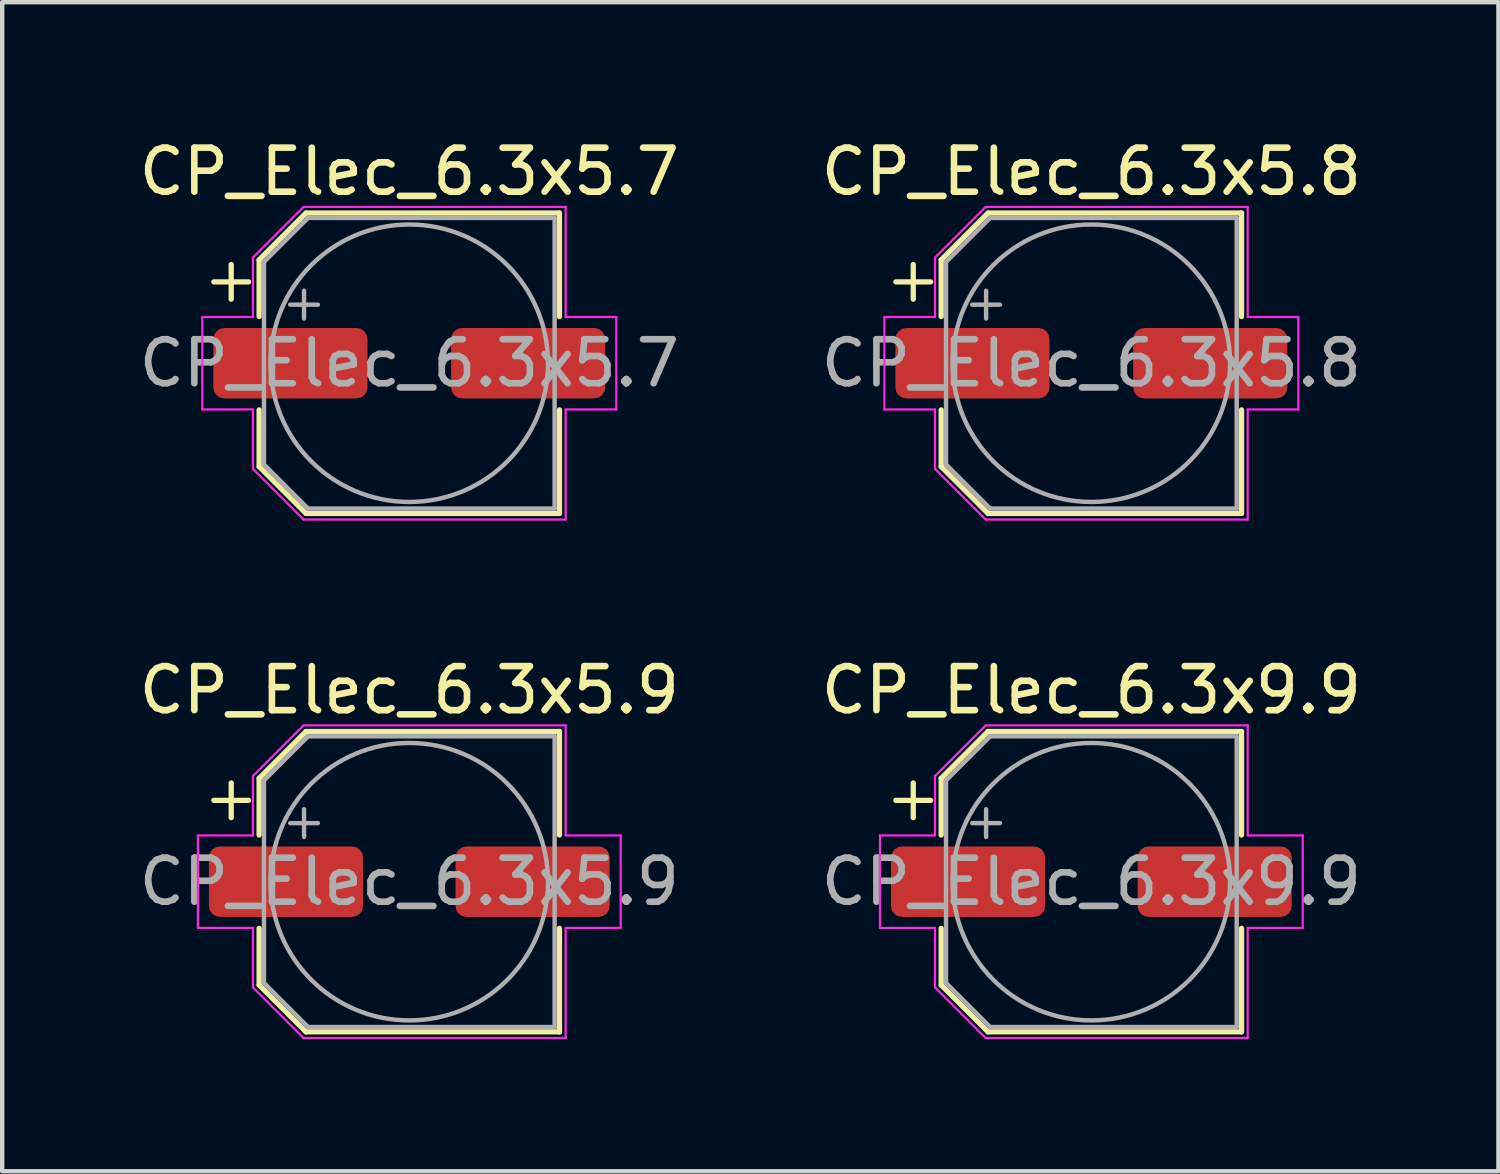
<source format=kicad_pcb>
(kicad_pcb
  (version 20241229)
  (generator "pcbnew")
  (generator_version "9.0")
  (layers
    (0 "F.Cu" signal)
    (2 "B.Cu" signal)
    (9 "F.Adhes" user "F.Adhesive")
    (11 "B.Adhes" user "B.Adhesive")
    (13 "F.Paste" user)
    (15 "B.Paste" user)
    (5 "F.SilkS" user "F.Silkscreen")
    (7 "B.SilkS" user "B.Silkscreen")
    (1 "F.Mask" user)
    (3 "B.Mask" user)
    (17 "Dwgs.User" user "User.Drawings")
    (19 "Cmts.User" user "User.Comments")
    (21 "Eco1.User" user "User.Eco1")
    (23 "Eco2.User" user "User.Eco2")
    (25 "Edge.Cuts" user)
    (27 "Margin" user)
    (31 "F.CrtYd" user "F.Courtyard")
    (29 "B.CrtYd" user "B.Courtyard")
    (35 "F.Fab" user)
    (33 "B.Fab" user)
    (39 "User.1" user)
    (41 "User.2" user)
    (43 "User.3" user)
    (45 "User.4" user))
  (footprint "CP_Elec_6.3x5.8"
    (layer "F.Cu")
    (at 21.732 5.198)
    (property "Reference" "CP_Elec_6.3x5.8" (at 0 -4.35 0) (layer "F.SilkS") (effects (font (size 1 1) (thickness 0.15))))
    (attr smd)
    (fp_line (start -4.438 -1.847) (end -3.65 -1.847) (stroke (width 0.12) (type solid)) (layer "F.SilkS"))
    (fp_line (start -4.044 -2.241) (end -4.044 -1.454) (stroke (width 0.12) (type solid)) (layer "F.SilkS"))
    (fp_line (start -3.41 -2.346) (end -3.41 -1.06) (stroke (width 0.12) (type solid)) (layer "F.SilkS"))
    (fp_line (start -3.41 -2.346) (end -2.346 -3.41) (stroke (width 0.12) (type solid)) (layer "F.SilkS"))
    (fp_line (start -3.41 2.346) (end -3.41 1.06) (stroke (width 0.12) (type solid)) (layer "F.SilkS"))
    (fp_line (start -3.41 2.346) (end -2.346 3.41) (stroke (width 0.12) (type solid)) (layer "F.SilkS"))
    (fp_line (start -2.346 -3.41) (end 3.41 -3.41) (stroke (width 0.12) (type solid)) (layer "F.SilkS"))
    (fp_line (start -2.346 3.41) (end 3.41 3.41) (stroke (width 0.12) (type solid)) (layer "F.SilkS"))
    (fp_line (start 3.41 -3.41) (end 3.41 -1.06) (stroke (width 0.12) (type solid)) (layer "F.SilkS"))
    (fp_line (start 3.41 3.41) (end 3.41 1.06) (stroke (width 0.12) (type solid)) (layer "F.SilkS"))
    (fp_line (start -4.7 -1.05) (end -4.7 1.05) (stroke (width 0.05) (type solid)) (layer "F.CrtYd"))
    (fp_line (start -4.7 1.05) (end -3.55 1.05) (stroke (width 0.05) (type solid)) (layer "F.CrtYd"))
    (fp_line (start -3.55 -2.4) (end -3.55 -1.05) (stroke (width 0.05) (type solid)) (layer "F.CrtYd"))
    (fp_line (start -3.55 -2.4) (end -2.4 -3.55) (stroke (width 0.05) (type solid)) (layer "F.CrtYd"))
    (fp_line (start -3.55 -1.05) (end -4.7 -1.05) (stroke (width 0.05) (type solid)) (layer "F.CrtYd"))
    (fp_line (start -3.55 1.05) (end -3.55 2.4) (stroke (width 0.05) (type solid)) (layer "F.CrtYd"))
    (fp_line (start -3.55 2.4) (end -2.4 3.55) (stroke (width 0.05) (type solid)) (layer "F.CrtYd"))
    (fp_line (start -2.4 -3.55) (end 3.55 -3.55) (stroke (width 0.05) (type solid)) (layer "F.CrtYd"))
    (fp_line (start -2.4 3.55) (end 3.55 3.55) (stroke (width 0.05) (type solid)) (layer "F.CrtYd"))
    (fp_line (start 3.55 -3.55) (end 3.55 -1.05) (stroke (width 0.05) (type solid)) (layer "F.CrtYd"))
    (fp_line (start 3.55 -1.05) (end 4.7 -1.05) (stroke (width 0.05) (type solid)) (layer "F.CrtYd"))
    (fp_line (start 3.55 1.05) (end 3.55 3.55) (stroke (width 0.05) (type solid)) (layer "F.CrtYd"))
    (fp_line (start 4.7 -1.05) (end 4.7 1.05) (stroke (width 0.05) (type solid)) (layer "F.CrtYd"))
    (fp_line (start 4.7 1.05) (end 3.55 1.05) (stroke (width 0.05) (type solid)) (layer "F.CrtYd"))
    (fp_line (start -3.3 -2.3) (end -3.3 2.3) (stroke (width 0.1) (type solid)) (layer "F.Fab"))
    (fp_line (start -3.3 -2.3) (end -2.3 -3.3) (stroke (width 0.1) (type solid)) (layer "F.Fab"))
    (fp_line (start -3.3 2.3) (end -2.3 3.3) (stroke (width 0.1) (type solid)) (layer "F.Fab"))
    (fp_line (start -2.705 -1.33) (end -2.075 -1.33) (stroke (width 0.1) (type solid)) (layer "F.Fab"))
    (fp_line (start -2.39 -1.645) (end -2.39 -1.015) (stroke (width 0.1) (type solid)) (layer "F.Fab"))
    (fp_line (start -2.3 -3.3) (end 3.3 -3.3) (stroke (width 0.1) (type solid)) (layer "F.Fab"))
    (fp_line (start -2.3 3.3) (end 3.3 3.3) (stroke (width 0.1) (type solid)) (layer "F.Fab"))
    (fp_line (start 3.3 -3.3) (end 3.3 3.3) (stroke (width 0.1) (type solid)) (layer "F.Fab"))
    (fp_circle (center 0 0) (end 3.15 0) (stroke (width 0.1) (type solid)) (fill no) (layer "F.Fab"))
    (fp_text user "${REFERENCE}" (at 0 0 0) (layer "F.Fab") (effects (font (size 1 1) (thickness 0.15))))
    (pad "1" smd roundrect (at -2.7 0) (size 3.5 1.6) (layers "F.Cu" "F.Mask" "F.Paste") (roundrect_rratio 0.156))
    (pad "2" smd roundrect (at 2.7 0) (size 3.5 1.6) (layers "F.Cu" "F.Mask" "F.Paste") (roundrect_rratio 0.156)))
  (footprint "CP_Elec_6.3x9.9"
    (layer "F.Cu")
    (at 21.732 16.971)
    (property "Reference" "CP_Elec_6.3x9.9" (at 0 -4.35 0) (layer "F.SilkS") (effects (font (size 1 1) (thickness 0.15))))
    (attr smd)
    (fp_line (start -4.438 -1.847) (end -3.65 -1.847) (stroke (width 0.12) (type solid)) (layer "F.SilkS"))
    (fp_line (start -4.044 -2.241) (end -4.044 -1.454) (stroke (width 0.12) (type solid)) (layer "F.SilkS"))
    (fp_line (start -3.41 -2.346) (end -3.41 -1.06) (stroke (width 0.12) (type solid)) (layer "F.SilkS"))
    (fp_line (start -3.41 -2.346) (end -2.346 -3.41) (stroke (width 0.12) (type solid)) (layer "F.SilkS"))
    (fp_line (start -3.41 2.346) (end -3.41 1.06) (stroke (width 0.12) (type solid)) (layer "F.SilkS"))
    (fp_line (start -3.41 2.346) (end -2.346 3.41) (stroke (width 0.12) (type solid)) (layer "F.SilkS"))
    (fp_line (start -2.346 -3.41) (end 3.41 -3.41) (stroke (width 0.12) (type solid)) (layer "F.SilkS"))
    (fp_line (start -2.346 3.41) (end 3.41 3.41) (stroke (width 0.12) (type solid)) (layer "F.SilkS"))
    (fp_line (start 3.41 -3.41) (end 3.41 -1.06) (stroke (width 0.12) (type solid)) (layer "F.SilkS"))
    (fp_line (start 3.41 3.41) (end 3.41 1.06) (stroke (width 0.12) (type solid)) (layer "F.SilkS"))
    (fp_line (start -4.8 -1.05) (end -4.8 1.05) (stroke (width 0.05) (type solid)) (layer "F.CrtYd"))
    (fp_line (start -4.8 1.05) (end -3.55 1.05) (stroke (width 0.05) (type solid)) (layer "F.CrtYd"))
    (fp_line (start -3.55 -2.4) (end -3.55 -1.05) (stroke (width 0.05) (type solid)) (layer "F.CrtYd"))
    (fp_line (start -3.55 -2.4) (end -2.4 -3.55) (stroke (width 0.05) (type solid)) (layer "F.CrtYd"))
    (fp_line (start -3.55 -1.05) (end -4.8 -1.05) (stroke (width 0.05) (type solid)) (layer "F.CrtYd"))
    (fp_line (start -3.55 1.05) (end -3.55 2.4) (stroke (width 0.05) (type solid)) (layer "F.CrtYd"))
    (fp_line (start -3.55 2.4) (end -2.4 3.55) (stroke (width 0.05) (type solid)) (layer "F.CrtYd"))
    (fp_line (start -2.4 -3.55) (end 3.55 -3.55) (stroke (width 0.05) (type solid)) (layer "F.CrtYd"))
    (fp_line (start -2.4 3.55) (end 3.55 3.55) (stroke (width 0.05) (type solid)) (layer "F.CrtYd"))
    (fp_line (start 3.55 -3.55) (end 3.55 -1.05) (stroke (width 0.05) (type solid)) (layer "F.CrtYd"))
    (fp_line (start 3.55 -1.05) (end 4.8 -1.05) (stroke (width 0.05) (type solid)) (layer "F.CrtYd"))
    (fp_line (start 3.55 1.05) (end 3.55 3.55) (stroke (width 0.05) (type solid)) (layer "F.CrtYd"))
    (fp_line (start 4.8 -1.05) (end 4.8 1.05) (stroke (width 0.05) (type solid)) (layer "F.CrtYd"))
    (fp_line (start 4.8 1.05) (end 3.55 1.05) (stroke (width 0.05) (type solid)) (layer "F.CrtYd"))
    (fp_line (start -3.3 -2.3) (end -3.3 2.3) (stroke (width 0.1) (type solid)) (layer "F.Fab"))
    (fp_line (start -3.3 -2.3) (end -2.3 -3.3) (stroke (width 0.1) (type solid)) (layer "F.Fab"))
    (fp_line (start -3.3 2.3) (end -2.3 3.3) (stroke (width 0.1) (type solid)) (layer "F.Fab"))
    (fp_line (start -2.705 -1.33) (end -2.075 -1.33) (stroke (width 0.1) (type solid)) (layer "F.Fab"))
    (fp_line (start -2.39 -1.645) (end -2.39 -1.015) (stroke (width 0.1) (type solid)) (layer "F.Fab"))
    (fp_line (start -2.3 -3.3) (end 3.3 -3.3) (stroke (width 0.1) (type solid)) (layer "F.Fab"))
    (fp_line (start -2.3 3.3) (end 3.3 3.3) (stroke (width 0.1) (type solid)) (layer "F.Fab"))
    (fp_line (start 3.3 -3.3) (end 3.3 3.3) (stroke (width 0.1) (type solid)) (layer "F.Fab"))
    (fp_circle (center 0 0) (end 3.15 0) (stroke (width 0.1) (type solid)) (fill no) (layer "F.Fab"))
    (fp_text user "${REFERENCE}" (at 0 0 0) (layer "F.Fab") (effects (font (size 1 1) (thickness 0.15))))
    (pad "1" smd roundrect (at -2.8 0) (size 3.5 1.6) (layers "F.Cu" "F.Mask" "F.Paste") (roundrect_rratio 0.156))
    (pad "2" smd roundrect (at 2.8 0) (size 3.5 1.6) (layers "F.Cu" "F.Mask" "F.Paste") (roundrect_rratio 0.156)))
  (footprint "CP_Elec_6.3x5.7"
    (layer "F.Cu")
    (at 6.244 5.198)
    (property "Reference" "CP_Elec_6.3x5.7" (at 0 -4.35 0) (layer "F.SilkS") (effects (font (size 1 1) (thickness 0.15))))
    (attr smd)
    (fp_line (start -4.438 -1.847) (end -3.65 -1.847) (stroke (width 0.12) (type solid)) (layer "F.SilkS"))
    (fp_line (start -4.044 -2.241) (end -4.044 -1.454) (stroke (width 0.12) (type solid)) (layer "F.SilkS"))
    (fp_line (start -3.41 -2.346) (end -3.41 -1.06) (stroke (width 0.12) (type solid)) (layer "F.SilkS"))
    (fp_line (start -3.41 -2.346) (end -2.346 -3.41) (stroke (width 0.12) (type solid)) (layer "F.SilkS"))
    (fp_line (start -3.41 2.346) (end -3.41 1.06) (stroke (width 0.12) (type solid)) (layer "F.SilkS"))
    (fp_line (start -3.41 2.346) (end -2.346 3.41) (stroke (width 0.12) (type solid)) (layer "F.SilkS"))
    (fp_line (start -2.346 -3.41) (end 3.41 -3.41) (stroke (width 0.12) (type solid)) (layer "F.SilkS"))
    (fp_line (start -2.346 3.41) (end 3.41 3.41) (stroke (width 0.12) (type solid)) (layer "F.SilkS"))
    (fp_line (start 3.41 -3.41) (end 3.41 -1.06) (stroke (width 0.12) (type solid)) (layer "F.SilkS"))
    (fp_line (start 3.41 3.41) (end 3.41 1.06) (stroke (width 0.12) (type solid)) (layer "F.SilkS"))
    (fp_line (start -4.7 -1.05) (end -4.7 1.05) (stroke (width 0.05) (type solid)) (layer "F.CrtYd"))
    (fp_line (start -4.7 1.05) (end -3.55 1.05) (stroke (width 0.05) (type solid)) (layer "F.CrtYd"))
    (fp_line (start -3.55 -2.4) (end -3.55 -1.05) (stroke (width 0.05) (type solid)) (layer "F.CrtYd"))
    (fp_line (start -3.55 -2.4) (end -2.4 -3.55) (stroke (width 0.05) (type solid)) (layer "F.CrtYd"))
    (fp_line (start -3.55 -1.05) (end -4.7 -1.05) (stroke (width 0.05) (type solid)) (layer "F.CrtYd"))
    (fp_line (start -3.55 1.05) (end -3.55 2.4) (stroke (width 0.05) (type solid)) (layer "F.CrtYd"))
    (fp_line (start -3.55 2.4) (end -2.4 3.55) (stroke (width 0.05) (type solid)) (layer "F.CrtYd"))
    (fp_line (start -2.4 -3.55) (end 3.55 -3.55) (stroke (width 0.05) (type solid)) (layer "F.CrtYd"))
    (fp_line (start -2.4 3.55) (end 3.55 3.55) (stroke (width 0.05) (type solid)) (layer "F.CrtYd"))
    (fp_line (start 3.55 -3.55) (end 3.55 -1.05) (stroke (width 0.05) (type solid)) (layer "F.CrtYd"))
    (fp_line (start 3.55 -1.05) (end 4.7 -1.05) (stroke (width 0.05) (type solid)) (layer "F.CrtYd"))
    (fp_line (start 3.55 1.05) (end 3.55 3.55) (stroke (width 0.05) (type solid)) (layer "F.CrtYd"))
    (fp_line (start 4.7 -1.05) (end 4.7 1.05) (stroke (width 0.05) (type solid)) (layer "F.CrtYd"))
    (fp_line (start 4.7 1.05) (end 3.55 1.05) (stroke (width 0.05) (type solid)) (layer "F.CrtYd"))
    (fp_line (start -3.3 -2.3) (end -3.3 2.3) (stroke (width 0.1) (type solid)) (layer "F.Fab"))
    (fp_line (start -3.3 -2.3) (end -2.3 -3.3) (stroke (width 0.1) (type solid)) (layer "F.Fab"))
    (fp_line (start -3.3 2.3) (end -2.3 3.3) (stroke (width 0.1) (type solid)) (layer "F.Fab"))
    (fp_line (start -2.705 -1.33) (end -2.075 -1.33) (stroke (width 0.1) (type solid)) (layer "F.Fab"))
    (fp_line (start -2.39 -1.645) (end -2.39 -1.015) (stroke (width 0.1) (type solid)) (layer "F.Fab"))
    (fp_line (start -2.3 -3.3) (end 3.3 -3.3) (stroke (width 0.1) (type solid)) (layer "F.Fab"))
    (fp_line (start -2.3 3.3) (end 3.3 3.3) (stroke (width 0.1) (type solid)) (layer "F.Fab"))
    (fp_line (start 3.3 -3.3) (end 3.3 3.3) (stroke (width 0.1) (type solid)) (layer "F.Fab"))
    (fp_circle (center 0 0) (end 3.15 0) (stroke (width 0.1) (type solid)) (fill no) (layer "F.Fab"))
    (fp_text user "${REFERENCE}" (at 0 0 0) (layer "F.Fab") (effects (font (size 1 1) (thickness 0.15))))
    (pad "1" smd roundrect (at -2.7 0) (size 3.5 1.6) (layers "F.Cu" "F.Mask" "F.Paste") (roundrect_rratio 0.156))
    (pad "2" smd roundrect (at 2.7 0) (size 3.5 1.6) (layers "F.Cu" "F.Mask" "F.Paste") (roundrect_rratio 0.156)))
  (footprint "CP_Elec_6.3x5.9"
    (layer "F.Cu")
    (at 6.244 16.971)
    (property "Reference" "CP_Elec_6.3x5.9" (at 0 -4.35 0) (layer "F.SilkS") (effects (font (size 1 1) (thickness 0.15))))
    (attr smd)
    (fp_line (start -4.438 -1.847) (end -3.65 -1.847) (stroke (width 0.12) (type solid)) (layer "F.SilkS"))
    (fp_line (start -4.044 -2.241) (end -4.044 -1.454) (stroke (width 0.12) (type solid)) (layer "F.SilkS"))
    (fp_line (start -3.41 -2.346) (end -3.41 -1.06) (stroke (width 0.12) (type solid)) (layer "F.SilkS"))
    (fp_line (start -3.41 -2.346) (end -2.346 -3.41) (stroke (width 0.12) (type solid)) (layer "F.SilkS"))
    (fp_line (start -3.41 2.346) (end -3.41 1.06) (stroke (width 0.12) (type solid)) (layer "F.SilkS"))
    (fp_line (start -3.41 2.346) (end -2.346 3.41) (stroke (width 0.12) (type solid)) (layer "F.SilkS"))
    (fp_line (start -2.346 -3.41) (end 3.41 -3.41) (stroke (width 0.12) (type solid)) (layer "F.SilkS"))
    (fp_line (start -2.346 3.41) (end 3.41 3.41) (stroke (width 0.12) (type solid)) (layer "F.SilkS"))
    (fp_line (start 3.41 -3.41) (end 3.41 -1.06) (stroke (width 0.12) (type solid)) (layer "F.SilkS"))
    (fp_line (start 3.41 3.41) (end 3.41 1.06) (stroke (width 0.12) (type solid)) (layer "F.SilkS"))
    (fp_line (start -4.8 -1.05) (end -4.8 1.05) (stroke (width 0.05) (type solid)) (layer "F.CrtYd"))
    (fp_line (start -4.8 1.05) (end -3.55 1.05) (stroke (width 0.05) (type solid)) (layer "F.CrtYd"))
    (fp_line (start -3.55 -2.4) (end -3.55 -1.05) (stroke (width 0.05) (type solid)) (layer "F.CrtYd"))
    (fp_line (start -3.55 -2.4) (end -2.4 -3.55) (stroke (width 0.05) (type solid)) (layer "F.CrtYd"))
    (fp_line (start -3.55 -1.05) (end -4.8 -1.05) (stroke (width 0.05) (type solid)) (layer "F.CrtYd"))
    (fp_line (start -3.55 1.05) (end -3.55 2.4) (stroke (width 0.05) (type solid)) (layer "F.CrtYd"))
    (fp_line (start -3.55 2.4) (end -2.4 3.55) (stroke (width 0.05) (type solid)) (layer "F.CrtYd"))
    (fp_line (start -2.4 -3.55) (end 3.55 -3.55) (stroke (width 0.05) (type solid)) (layer "F.CrtYd"))
    (fp_line (start -2.4 3.55) (end 3.55 3.55) (stroke (width 0.05) (type solid)) (layer "F.CrtYd"))
    (fp_line (start 3.55 -3.55) (end 3.55 -1.05) (stroke (width 0.05) (type solid)) (layer "F.CrtYd"))
    (fp_line (start 3.55 -1.05) (end 4.8 -1.05) (stroke (width 0.05) (type solid)) (layer "F.CrtYd"))
    (fp_line (start 3.55 1.05) (end 3.55 3.55) (stroke (width 0.05) (type solid)) (layer "F.CrtYd"))
    (fp_line (start 4.8 -1.05) (end 4.8 1.05) (stroke (width 0.05) (type solid)) (layer "F.CrtYd"))
    (fp_line (start 4.8 1.05) (end 3.55 1.05) (stroke (width 0.05) (type solid)) (layer "F.CrtYd"))
    (fp_line (start -3.3 -2.3) (end -3.3 2.3) (stroke (width 0.1) (type solid)) (layer "F.Fab"))
    (fp_line (start -3.3 -2.3) (end -2.3 -3.3) (stroke (width 0.1) (type solid)) (layer "F.Fab"))
    (fp_line (start -3.3 2.3) (end -2.3 3.3) (stroke (width 0.1) (type solid)) (layer "F.Fab"))
    (fp_line (start -2.705 -1.33) (end -2.075 -1.33) (stroke (width 0.1) (type solid)) (layer "F.Fab"))
    (fp_line (start -2.39 -1.645) (end -2.39 -1.015) (stroke (width 0.1) (type solid)) (layer "F.Fab"))
    (fp_line (start -2.3 -3.3) (end 3.3 -3.3) (stroke (width 0.1) (type solid)) (layer "F.Fab"))
    (fp_line (start -2.3 3.3) (end 3.3 3.3) (stroke (width 0.1) (type solid)) (layer "F.Fab"))
    (fp_line (start 3.3 -3.3) (end 3.3 3.3) (stroke (width 0.1) (type solid)) (layer "F.Fab"))
    (fp_circle (center 0 0) (end 3.15 0) (stroke (width 0.1) (type solid)) (fill no) (layer "F.Fab"))
    (fp_text user "${REFERENCE}" (at 0 0 0) (layer "F.Fab") (effects (font (size 1 1) (thickness 0.15))))
    (pad "1" smd roundrect (at -2.8 0) (size 3.5 1.6) (layers "F.Cu" "F.Mask" "F.Paste") (roundrect_rratio 0.156))
    (pad "2" smd roundrect (at 2.8 0) (size 3.5 1.6) (layers "F.Cu" "F.Mask" "F.Paste") (roundrect_rratio 0.156)))
  (gr_rect
    (start -3 -3)
    (end 30.976 23.547)
    (stroke (width 0.1) (type default))
    (fill no)
    (layer "Edge.Cuts")))
</source>
